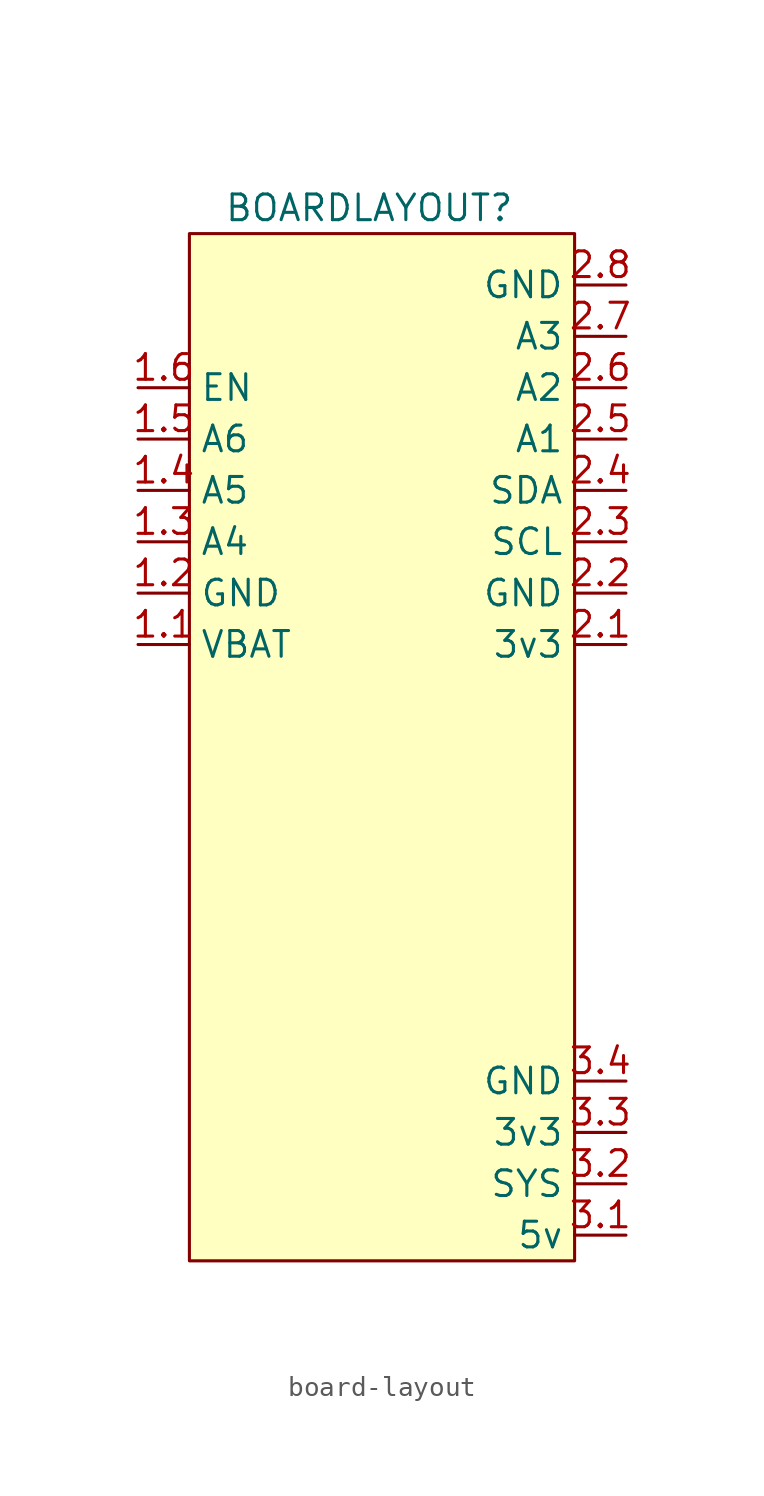
<source format=kicad_sym>
(kicad_symbol_lib
  (version 20220914)
  (generator kicad_symbol_editor)
  (symbol "board-layout"
    (property "Reference" "BOARDLAYOUT"
      (at 0 19.05 0)
      (effects (font (size 1.27 1.27))))
    (symbol "board-layout_1_1"
      (rectangle (start -8.89 17.78) (end 10.16 -33.02) (stroke (width 0) (type default)) (fill (type background)))
      (pin power_in line (at -11.43 -2.54 0) (length 2.54) (name "VBAT" (effects (font (size 1.27 1.27)))) (number "1.1" (effects (font (size 1.27 1.27)))))
      (pin power_in line (at -11.43 0 0) (length 2.54) (name "GND" (effects (font (size 1.27 1.27)))) (number "1.2" (effects (font (size 1.27 1.27)))))
      (pin bidirectional line (at -11.43 2.54 0) (length 2.54) (name "A4" (effects (font (size 1.27 1.27)))) (number "1.3" (effects (font (size 1.27 1.27)))))
      (pin bidirectional line (at -11.43 5.08 0) (length 2.54) (name "A5" (effects (font (size 1.27 1.27)))) (number "1.4" (effects (font (size 1.27 1.27)))))
      (pin bidirectional line (at -11.43 7.62 0) (length 2.54) (name "A6" (effects (font (size 1.27 1.27)))) (number "1.5" (effects (font (size 1.27 1.27)))))
      (pin bidirectional line (at -11.43 10.16 0) (length 2.54) (name "EN" (effects (font (size 1.27 1.27)))) (number "1.6" (effects (font (size 1.27 1.27)))))
      (pin bidirectional line (at 12.7 -2.54 180) (length 2.54) (name "3v3" (effects (font (size 1.27 1.27)))) (number "2.1" (effects (font (size 1.27 1.27)))) (alternate "FSPICS0" bidirectional line))
      (pin bidirectional line (at 12.7 0 180) (length 2.54) (name "GND" (effects (font (size 1.27 1.27)))) (number "2.2" (effects (font (size 1.27 1.27)))) (alternate "FSPIQ" bidirectional line))
      (pin bidirectional line (at 12.7 2.54 180) (length 2.54) (name "SCL" (effects (font (size 1.27 1.27)))) (number "2.3" (effects (font (size 1.27 1.27)))) (alternate "FSPIQ" bidirectional line))
      (pin bidirectional line (at 12.7 5.08 180) (length 2.54) (name "SDA" (effects (font (size 1.27 1.27)))) (number "2.4" (effects (font (size 1.27 1.27)))) (alternate "FSPID" bidirectional line))
      (pin bidirectional line (at 12.7 7.62 180) (length 2.54) (name "A1" (effects (font (size 1.27 1.27)))) (number "2.5" (effects (font (size 1.27 1.27)))))
      (pin bidirectional line (at 12.7 10.16 180) (length 2.54) (name "A2" (effects (font (size 1.27 1.27)))) (number "2.6" (effects (font (size 1.27 1.27)))))
      (pin bidirectional line (at 12.7 12.7 180) (length 2.54) (name "A3" (effects (font (size 1.27 1.27)))) (number "2.7" (effects (font (size 1.27 1.27)))))
      (pin power_in line (at 12.7 15.24 180) (length 2.54) (name "GND" (effects (font (size 1.27 1.27)))) (number "2.8" (effects (font (size 1.27 1.27)))))
      (pin power_in line (at 12.7 -31.75 180) (length 2.54) (name "5v" (effects (font (size 1.27 1.27)))) (number "3.1" (effects (font (size 1.27 1.27)))))
      (pin power_in line (at 12.7 -29.21 180) (length 2.54) (name "SYS" (effects (font (size 1.27 1.27)))) (number "3.2" (effects (font (size 1.27 1.27)))))
      (pin power_in line (at 12.7 -26.67 180) (length 2.54) (name "3v3" (effects (font (size 1.27 1.27)))) (number "3.3" (effects (font (size 1.27 1.27)))))
      (pin power_in line (at 12.7 -24.13 180) (length 2.54) (name "GND" (effects (font (size 1.27 1.27)))) (number "3.4" (effects (font (size 1.27 1.27))))))))
</source>
